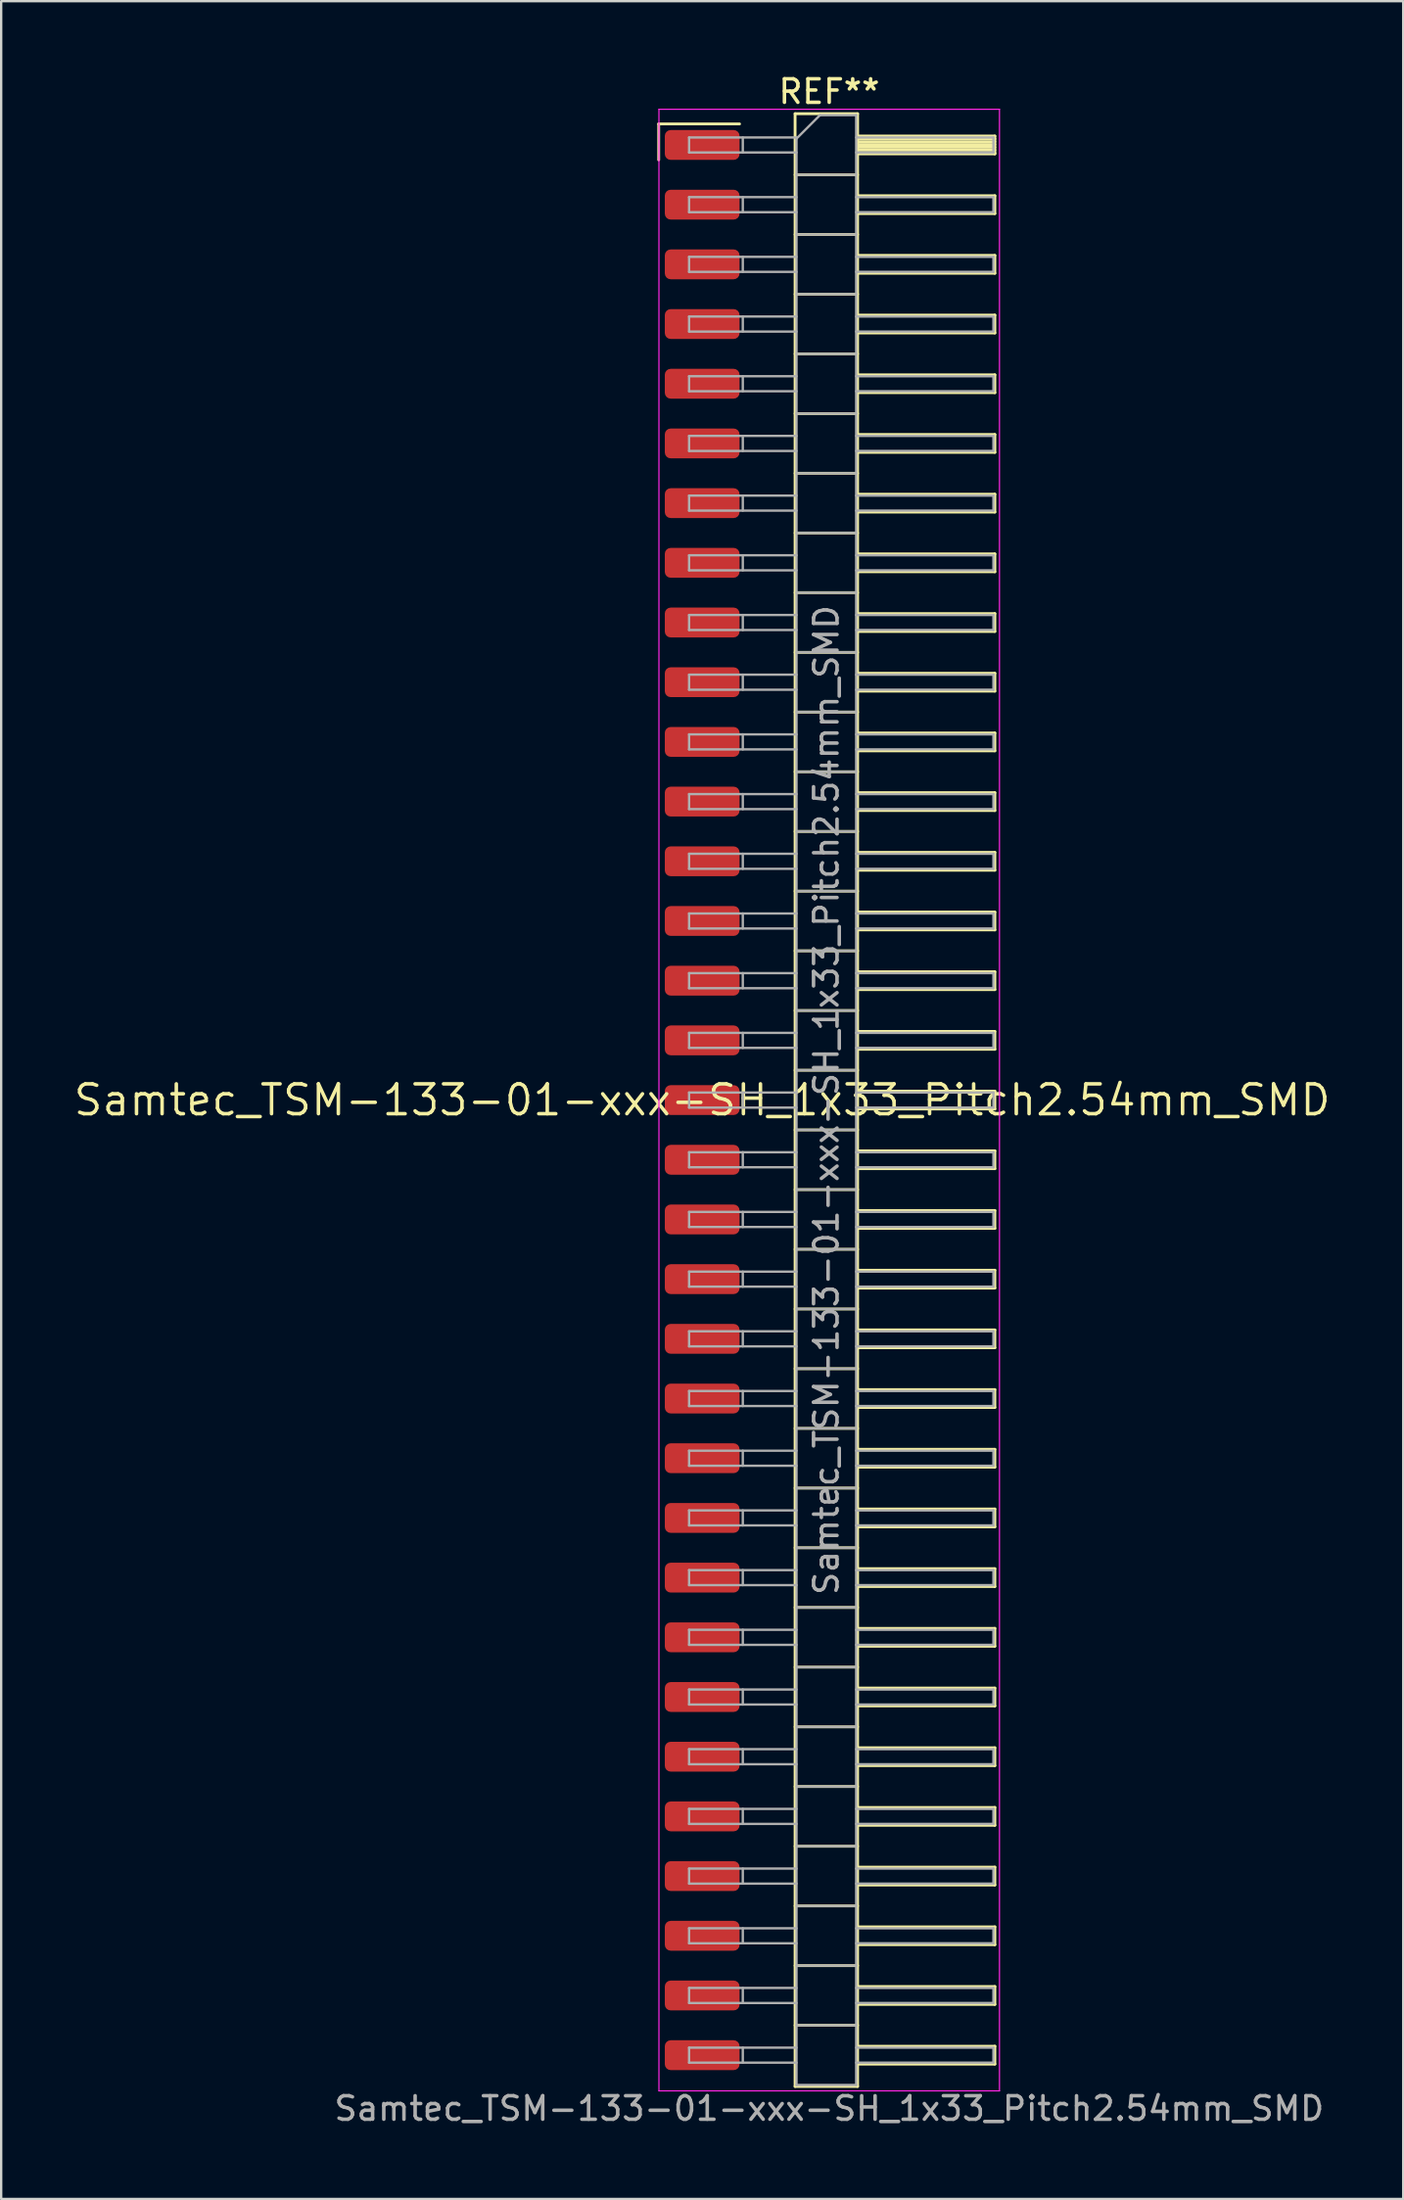
<source format=kicad_pcb>
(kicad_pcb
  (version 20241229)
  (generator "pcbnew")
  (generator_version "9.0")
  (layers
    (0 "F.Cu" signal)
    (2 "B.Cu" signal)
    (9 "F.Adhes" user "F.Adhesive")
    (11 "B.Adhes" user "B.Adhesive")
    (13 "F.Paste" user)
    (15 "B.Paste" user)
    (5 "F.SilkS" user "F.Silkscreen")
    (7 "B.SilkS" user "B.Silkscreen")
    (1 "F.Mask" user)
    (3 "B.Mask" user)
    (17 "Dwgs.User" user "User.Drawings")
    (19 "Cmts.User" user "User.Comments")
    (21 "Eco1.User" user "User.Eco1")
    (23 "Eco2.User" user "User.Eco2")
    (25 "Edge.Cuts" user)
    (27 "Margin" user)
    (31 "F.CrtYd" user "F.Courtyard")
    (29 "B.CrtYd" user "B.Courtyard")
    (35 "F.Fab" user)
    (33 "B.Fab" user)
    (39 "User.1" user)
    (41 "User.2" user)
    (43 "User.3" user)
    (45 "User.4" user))
  (footprint "Samtec_TSM-133-01-xxx-SH_1x33_Pitch2.54mm_SMD"
    (layer "F.Cu")
    (at 26.828 43.758)
    (property "Reference" "Samtec_TSM-133-01-xxx-SH_1x33_Pitch2.54mm_SMD" (at 0 0 0) (layer "F.SilkS") (effects (font (size 1.27 1.27) (thickness 0.15))))
    (attr smd)
    (fp_line (start -1.85 -41.535) (end 1.59 -41.535) (stroke (width 0.12) (type solid)) (layer "F.SilkS"))
    (fp_line (start -1.85 -40.005) (end -1.85 -41.535) (stroke (width 0.12) (type solid)) (layer "F.SilkS"))
    (fp_line (start 3.953 -41.97) (end 6.613 -41.97) (stroke (width 0.12) (type solid)) (layer "F.SilkS"))
    (fp_line (start 3.953 -39.37) (end 6.613 -39.37) (stroke (width 0.12) (type solid)) (layer "F.SilkS"))
    (fp_line (start 3.953 -36.83) (end 6.613 -36.83) (stroke (width 0.12) (type solid)) (layer "F.SilkS"))
    (fp_line (start 3.953 -34.29) (end 6.613 -34.29) (stroke (width 0.12) (type solid)) (layer "F.SilkS"))
    (fp_line (start 3.953 -31.75) (end 6.613 -31.75) (stroke (width 0.12) (type solid)) (layer "F.SilkS"))
    (fp_line (start 3.953 -29.21) (end 6.613 -29.21) (stroke (width 0.12) (type solid)) (layer "F.SilkS"))
    (fp_line (start 3.953 -26.67) (end 6.613 -26.67) (stroke (width 0.12) (type solid)) (layer "F.SilkS"))
    (fp_line (start 3.953 -24.13) (end 6.613 -24.13) (stroke (width 0.12) (type solid)) (layer "F.SilkS"))
    (fp_line (start 3.953 -21.59) (end 6.613 -21.59) (stroke (width 0.12) (type solid)) (layer "F.SilkS"))
    (fp_line (start 3.953 -19.05) (end 6.613 -19.05) (stroke (width 0.12) (type solid)) (layer "F.SilkS"))
    (fp_line (start 3.953 -16.51) (end 6.613 -16.51) (stroke (width 0.12) (type solid)) (layer "F.SilkS"))
    (fp_line (start 3.953 -13.97) (end 6.613 -13.97) (stroke (width 0.12) (type solid)) (layer "F.SilkS"))
    (fp_line (start 3.953 -11.43) (end 6.613 -11.43) (stroke (width 0.12) (type solid)) (layer "F.SilkS"))
    (fp_line (start 3.953 -8.89) (end 6.613 -8.89) (stroke (width 0.12) (type solid)) (layer "F.SilkS"))
    (fp_line (start 3.953 -6.35) (end 6.613 -6.35) (stroke (width 0.12) (type solid)) (layer "F.SilkS"))
    (fp_line (start 3.953 -3.81) (end 6.613 -3.81) (stroke (width 0.12) (type solid)) (layer "F.SilkS"))
    (fp_line (start 3.953 -1.27) (end 6.613 -1.27) (stroke (width 0.12) (type solid)) (layer "F.SilkS"))
    (fp_line (start 3.953 1.27) (end 6.613 1.27) (stroke (width 0.12) (type solid)) (layer "F.SilkS"))
    (fp_line (start 3.953 3.81) (end 6.613 3.81) (stroke (width 0.12) (type solid)) (layer "F.SilkS"))
    (fp_line (start 3.953 6.35) (end 6.613 6.35) (stroke (width 0.12) (type solid)) (layer "F.SilkS"))
    (fp_line (start 3.953 8.89) (end 6.613 8.89) (stroke (width 0.12) (type solid)) (layer "F.SilkS"))
    (fp_line (start 3.953 11.43) (end 6.613 11.43) (stroke (width 0.12) (type solid)) (layer "F.SilkS"))
    (fp_line (start 3.953 13.97) (end 6.613 13.97) (stroke (width 0.12) (type solid)) (layer "F.SilkS"))
    (fp_line (start 3.953 16.51) (end 6.613 16.51) (stroke (width 0.12) (type solid)) (layer "F.SilkS"))
    (fp_line (start 3.953 19.05) (end 6.613 19.05) (stroke (width 0.12) (type solid)) (layer "F.SilkS"))
    (fp_line (start 3.953 21.59) (end 6.613 21.59) (stroke (width 0.12) (type solid)) (layer "F.SilkS"))
    (fp_line (start 3.953 24.13) (end 6.613 24.13) (stroke (width 0.12) (type solid)) (layer "F.SilkS"))
    (fp_line (start 3.953 26.67) (end 6.613 26.67) (stroke (width 0.12) (type solid)) (layer "F.SilkS"))
    (fp_line (start 3.953 29.21) (end 6.613 29.21) (stroke (width 0.12) (type solid)) (layer "F.SilkS"))
    (fp_line (start 3.953 31.75) (end 6.613 31.75) (stroke (width 0.12) (type solid)) (layer "F.SilkS"))
    (fp_line (start 3.953 34.29) (end 6.613 34.29) (stroke (width 0.12) (type solid)) (layer "F.SilkS"))
    (fp_line (start 3.953 36.83) (end 6.613 36.83) (stroke (width 0.12) (type solid)) (layer "F.SilkS"))
    (fp_line (start 3.953 39.37) (end 6.613 39.37) (stroke (width 0.12) (type solid)) (layer "F.SilkS"))
    (fp_line (start 3.953 41.97) (end 3.953 -41.97) (stroke (width 0.12) (type solid)) (layer "F.SilkS"))
    (fp_line (start 6.613 -41.97) (end 6.613 41.97) (stroke (width 0.12) (type solid)) (layer "F.SilkS"))
    (fp_line (start 6.613 -41.02) (end 12.453 -41.02) (stroke (width 0.12) (type solid)) (layer "F.SilkS"))
    (fp_line (start 6.613 -40.9) (end 12.453 -40.9) (stroke (width 0.12) (type solid)) (layer "F.SilkS"))
    (fp_line (start 6.613 -40.78) (end 12.453 -40.78) (stroke (width 0.12) (type solid)) (layer "F.SilkS"))
    (fp_line (start 6.613 -40.66) (end 12.453 -40.66) (stroke (width 0.12) (type solid)) (layer "F.SilkS"))
    (fp_line (start 6.613 -40.54) (end 12.453 -40.54) (stroke (width 0.12) (type solid)) (layer "F.SilkS"))
    (fp_line (start 6.613 -40.42) (end 12.453 -40.42) (stroke (width 0.12) (type solid)) (layer "F.SilkS"))
    (fp_line (start 6.613 -40.3) (end 12.453 -40.3) (stroke (width 0.12) (type solid)) (layer "F.SilkS"))
    (fp_line (start 6.613 -40.26) (end 12.453 -40.26) (stroke (width 0.12) (type solid)) (layer "F.SilkS"))
    (fp_line (start 6.613 -38.48) (end 12.453 -38.48) (stroke (width 0.12) (type solid)) (layer "F.SilkS"))
    (fp_line (start 6.613 -37.72) (end 12.453 -37.72) (stroke (width 0.12) (type solid)) (layer "F.SilkS"))
    (fp_line (start 6.613 -35.94) (end 12.453 -35.94) (stroke (width 0.12) (type solid)) (layer "F.SilkS"))
    (fp_line (start 6.613 -35.18) (end 12.453 -35.18) (stroke (width 0.12) (type solid)) (layer "F.SilkS"))
    (fp_line (start 6.613 -33.4) (end 12.453 -33.4) (stroke (width 0.12) (type solid)) (layer "F.SilkS"))
    (fp_line (start 6.613 -32.64) (end 12.453 -32.64) (stroke (width 0.12) (type solid)) (layer "F.SilkS"))
    (fp_line (start 6.613 -30.86) (end 12.453 -30.86) (stroke (width 0.12) (type solid)) (layer "F.SilkS"))
    (fp_line (start 6.613 -30.1) (end 12.453 -30.1) (stroke (width 0.12) (type solid)) (layer "F.SilkS"))
    (fp_line (start 6.613 -28.32) (end 12.453 -28.32) (stroke (width 0.12) (type solid)) (layer "F.SilkS"))
    (fp_line (start 6.613 -27.56) (end 12.453 -27.56) (stroke (width 0.12) (type solid)) (layer "F.SilkS"))
    (fp_line (start 6.613 -25.78) (end 12.453 -25.78) (stroke (width 0.12) (type solid)) (layer "F.SilkS"))
    (fp_line (start 6.613 -25.02) (end 12.453 -25.02) (stroke (width 0.12) (type solid)) (layer "F.SilkS"))
    (fp_line (start 6.613 -23.24) (end 12.453 -23.24) (stroke (width 0.12) (type solid)) (layer "F.SilkS"))
    (fp_line (start 6.613 -22.48) (end 12.453 -22.48) (stroke (width 0.12) (type solid)) (layer "F.SilkS"))
    (fp_line (start 6.613 -20.7) (end 12.453 -20.7) (stroke (width 0.12) (type solid)) (layer "F.SilkS"))
    (fp_line (start 6.613 -19.94) (end 12.453 -19.94) (stroke (width 0.12) (type solid)) (layer "F.SilkS"))
    (fp_line (start 6.613 -18.16) (end 12.453 -18.16) (stroke (width 0.12) (type solid)) (layer "F.SilkS"))
    (fp_line (start 6.613 -17.4) (end 12.453 -17.4) (stroke (width 0.12) (type solid)) (layer "F.SilkS"))
    (fp_line (start 6.613 -15.62) (end 12.453 -15.62) (stroke (width 0.12) (type solid)) (layer "F.SilkS"))
    (fp_line (start 6.613 -14.86) (end 12.453 -14.86) (stroke (width 0.12) (type solid)) (layer "F.SilkS"))
    (fp_line (start 6.613 -13.08) (end 12.453 -13.08) (stroke (width 0.12) (type solid)) (layer "F.SilkS"))
    (fp_line (start 6.613 -12.32) (end 12.453 -12.32) (stroke (width 0.12) (type solid)) (layer "F.SilkS"))
    (fp_line (start 6.613 -10.54) (end 12.453 -10.54) (stroke (width 0.12) (type solid)) (layer "F.SilkS"))
    (fp_line (start 6.613 -9.78) (end 12.453 -9.78) (stroke (width 0.12) (type solid)) (layer "F.SilkS"))
    (fp_line (start 6.613 -8) (end 12.453 -8) (stroke (width 0.12) (type solid)) (layer "F.SilkS"))
    (fp_line (start 6.613 -7.24) (end 12.453 -7.24) (stroke (width 0.12) (type solid)) (layer "F.SilkS"))
    (fp_line (start 6.613 -5.46) (end 12.453 -5.46) (stroke (width 0.12) (type solid)) (layer "F.SilkS"))
    (fp_line (start 6.613 -4.7) (end 12.453 -4.7) (stroke (width 0.12) (type solid)) (layer "F.SilkS"))
    (fp_line (start 6.613 -2.92) (end 12.453 -2.92) (stroke (width 0.12) (type solid)) (layer "F.SilkS"))
    (fp_line (start 6.613 -2.16) (end 12.453 -2.16) (stroke (width 0.12) (type solid)) (layer "F.SilkS"))
    (fp_line (start 6.613 -0.38) (end 12.453 -0.38) (stroke (width 0.12) (type solid)) (layer "F.SilkS"))
    (fp_line (start 6.613 0.38) (end 12.453 0.38) (stroke (width 0.12) (type solid)) (layer "F.SilkS"))
    (fp_line (start 6.613 2.16) (end 12.453 2.16) (stroke (width 0.12) (type solid)) (layer "F.SilkS"))
    (fp_line (start 6.613 2.92) (end 12.453 2.92) (stroke (width 0.12) (type solid)) (layer "F.SilkS"))
    (fp_line (start 6.613 4.7) (end 12.453 4.7) (stroke (width 0.12) (type solid)) (layer "F.SilkS"))
    (fp_line (start 6.613 5.46) (end 12.453 5.46) (stroke (width 0.12) (type solid)) (layer "F.SilkS"))
    (fp_line (start 6.613 7.24) (end 12.453 7.24) (stroke (width 0.12) (type solid)) (layer "F.SilkS"))
    (fp_line (start 6.613 8) (end 12.453 8) (stroke (width 0.12) (type solid)) (layer "F.SilkS"))
    (fp_line (start 6.613 9.78) (end 12.453 9.78) (stroke (width 0.12) (type solid)) (layer "F.SilkS"))
    (fp_line (start 6.613 10.54) (end 12.453 10.54) (stroke (width 0.12) (type solid)) (layer "F.SilkS"))
    (fp_line (start 6.613 12.32) (end 12.453 12.32) (stroke (width 0.12) (type solid)) (layer "F.SilkS"))
    (fp_line (start 6.613 13.08) (end 12.453 13.08) (stroke (width 0.12) (type solid)) (layer "F.SilkS"))
    (fp_line (start 6.613 14.86) (end 12.453 14.86) (stroke (width 0.12) (type solid)) (layer "F.SilkS"))
    (fp_line (start 6.613 15.62) (end 12.453 15.62) (stroke (width 0.12) (type solid)) (layer "F.SilkS"))
    (fp_line (start 6.613 17.4) (end 12.453 17.4) (stroke (width 0.12) (type solid)) (layer "F.SilkS"))
    (fp_line (start 6.613 18.16) (end 12.453 18.16) (stroke (width 0.12) (type solid)) (layer "F.SilkS"))
    (fp_line (start 6.613 19.94) (end 12.453 19.94) (stroke (width 0.12) (type solid)) (layer "F.SilkS"))
    (fp_line (start 6.613 20.7) (end 12.453 20.7) (stroke (width 0.12) (type solid)) (layer "F.SilkS"))
    (fp_line (start 6.613 22.48) (end 12.453 22.48) (stroke (width 0.12) (type solid)) (layer "F.SilkS"))
    (fp_line (start 6.613 23.24) (end 12.453 23.24) (stroke (width 0.12) (type solid)) (layer "F.SilkS"))
    (fp_line (start 6.613 25.02) (end 12.453 25.02) (stroke (width 0.12) (type solid)) (layer "F.SilkS"))
    (fp_line (start 6.613 25.78) (end 12.453 25.78) (stroke (width 0.12) (type solid)) (layer "F.SilkS"))
    (fp_line (start 6.613 27.56) (end 12.453 27.56) (stroke (width 0.12) (type solid)) (layer "F.SilkS"))
    (fp_line (start 6.613 28.32) (end 12.453 28.32) (stroke (width 0.12) (type solid)) (layer "F.SilkS"))
    (fp_line (start 6.613 30.1) (end 12.453 30.1) (stroke (width 0.12) (type solid)) (layer "F.SilkS"))
    (fp_line (start 6.613 30.86) (end 12.453 30.86) (stroke (width 0.12) (type solid)) (layer "F.SilkS"))
    (fp_line (start 6.613 32.64) (end 12.453 32.64) (stroke (width 0.12) (type solid)) (layer "F.SilkS"))
    (fp_line (start 6.613 33.4) (end 12.453 33.4) (stroke (width 0.12) (type solid)) (layer "F.SilkS"))
    (fp_line (start 6.613 35.18) (end 12.453 35.18) (stroke (width 0.12) (type solid)) (layer "F.SilkS"))
    (fp_line (start 6.613 35.94) (end 12.453 35.94) (stroke (width 0.12) (type solid)) (layer "F.SilkS"))
    (fp_line (start 6.613 37.72) (end 12.453 37.72) (stroke (width 0.12) (type solid)) (layer "F.SilkS"))
    (fp_line (start 6.613 38.48) (end 12.453 38.48) (stroke (width 0.12) (type solid)) (layer "F.SilkS"))
    (fp_line (start 6.613 40.26) (end 12.453 40.26) (stroke (width 0.12) (type solid)) (layer "F.SilkS"))
    (fp_line (start 6.613 41.02) (end 12.453 41.02) (stroke (width 0.12) (type solid)) (layer "F.SilkS"))
    (fp_line (start 6.613 41.97) (end 3.953 41.97) (stroke (width 0.12) (type solid)) (layer "F.SilkS"))
    (fp_line (start 12.453 -41.02) (end 12.453 -40.26) (stroke (width 0.12) (type solid)) (layer "F.SilkS"))
    (fp_line (start 12.453 -38.48) (end 12.453 -37.72) (stroke (width 0.12) (type solid)) (layer "F.SilkS"))
    (fp_line (start 12.453 -35.94) (end 12.453 -35.18) (stroke (width 0.12) (type solid)) (layer "F.SilkS"))
    (fp_line (start 12.453 -33.4) (end 12.453 -32.64) (stroke (width 0.12) (type solid)) (layer "F.SilkS"))
    (fp_line (start 12.453 -30.86) (end 12.453 -30.1) (stroke (width 0.12) (type solid)) (layer "F.SilkS"))
    (fp_line (start 12.453 -28.32) (end 12.453 -27.56) (stroke (width 0.12) (type solid)) (layer "F.SilkS"))
    (fp_line (start 12.453 -25.78) (end 12.453 -25.02) (stroke (width 0.12) (type solid)) (layer "F.SilkS"))
    (fp_line (start 12.453 -23.24) (end 12.453 -22.48) (stroke (width 0.12) (type solid)) (layer "F.SilkS"))
    (fp_line (start 12.453 -20.7) (end 12.453 -19.94) (stroke (width 0.12) (type solid)) (layer "F.SilkS"))
    (fp_line (start 12.453 -18.16) (end 12.453 -17.4) (stroke (width 0.12) (type solid)) (layer "F.SilkS"))
    (fp_line (start 12.453 -15.62) (end 12.453 -14.86) (stroke (width 0.12) (type solid)) (layer "F.SilkS"))
    (fp_line (start 12.453 -13.08) (end 12.453 -12.32) (stroke (width 0.12) (type solid)) (layer "F.SilkS"))
    (fp_line (start 12.453 -10.54) (end 12.453 -9.78) (stroke (width 0.12) (type solid)) (layer "F.SilkS"))
    (fp_line (start 12.453 -8) (end 12.453 -7.24) (stroke (width 0.12) (type solid)) (layer "F.SilkS"))
    (fp_line (start 12.453 -5.46) (end 12.453 -4.7) (stroke (width 0.12) (type solid)) (layer "F.SilkS"))
    (fp_line (start 12.453 -2.92) (end 12.453 -2.16) (stroke (width 0.12) (type solid)) (layer "F.SilkS"))
    (fp_line (start 12.453 -0.38) (end 12.453 0.38) (stroke (width 0.12) (type solid)) (layer "F.SilkS"))
    (fp_line (start 12.453 2.16) (end 12.453 2.92) (stroke (width 0.12) (type solid)) (layer "F.SilkS"))
    (fp_line (start 12.453 4.7) (end 12.453 5.46) (stroke (width 0.12) (type solid)) (layer "F.SilkS"))
    (fp_line (start 12.453 7.24) (end 12.453 8) (stroke (width 0.12) (type solid)) (layer "F.SilkS"))
    (fp_line (start 12.453 9.78) (end 12.453 10.54) (stroke (width 0.12) (type solid)) (layer "F.SilkS"))
    (fp_line (start 12.453 12.32) (end 12.453 13.08) (stroke (width 0.12) (type solid)) (layer "F.SilkS"))
    (fp_line (start 12.453 14.86) (end 12.453 15.62) (stroke (width 0.12) (type solid)) (layer "F.SilkS"))
    (fp_line (start 12.453 17.4) (end 12.453 18.16) (stroke (width 0.12) (type solid)) (layer "F.SilkS"))
    (fp_line (start 12.453 19.94) (end 12.453 20.7) (stroke (width 0.12) (type solid)) (layer "F.SilkS"))
    (fp_line (start 12.453 22.48) (end 12.453 23.24) (stroke (width 0.12) (type solid)) (layer "F.SilkS"))
    (fp_line (start 12.453 25.02) (end 12.453 25.78) (stroke (width 0.12) (type solid)) (layer "F.SilkS"))
    (fp_line (start 12.453 27.56) (end 12.453 28.32) (stroke (width 0.12) (type solid)) (layer "F.SilkS"))
    (fp_line (start 12.453 30.1) (end 12.453 30.86) (stroke (width 0.12) (type solid)) (layer "F.SilkS"))
    (fp_line (start 12.453 32.64) (end 12.453 33.4) (stroke (width 0.12) (type solid)) (layer "F.SilkS"))
    (fp_line (start 12.453 35.18) (end 12.453 35.94) (stroke (width 0.12) (type solid)) (layer "F.SilkS"))
    (fp_line (start 12.453 37.72) (end 12.453 38.48) (stroke (width 0.12) (type solid)) (layer "F.SilkS"))
    (fp_line (start 12.453 40.26) (end 12.453 41.02) (stroke (width 0.12) (type solid)) (layer "F.SilkS"))
    (fp_line (start -1.84 -42.16) (end 12.65 -42.16) (stroke (width 0.05) (type solid)) (layer "F.CrtYd"))
    (fp_line (start -1.84 42.16) (end -1.84 -42.16) (stroke (width 0.05) (type solid)) (layer "F.CrtYd"))
    (fp_line (start 12.65 -42.16) (end 12.65 42.16) (stroke (width 0.05) (type solid)) (layer "F.CrtYd"))
    (fp_line (start 12.65 42.16) (end -1.84 42.16) (stroke (width 0.05) (type solid)) (layer "F.CrtYd"))
    (fp_line (start -0.557 -40.96) (end -0.557 -40.32) (stroke (width 0.1) (type solid)) (layer "F.Fab"))
    (fp_line (start -0.557 -40.96) (end 4.013 -40.96) (stroke (width 0.1) (type solid)) (layer "F.Fab"))
    (fp_line (start -0.557 -40.32) (end 4.013 -40.32) (stroke (width 0.1) (type solid)) (layer "F.Fab"))
    (fp_line (start -0.557 -38.42) (end -0.557 -37.78) (stroke (width 0.1) (type solid)) (layer "F.Fab"))
    (fp_line (start -0.557 -38.42) (end 4.013 -38.42) (stroke (width 0.1) (type solid)) (layer "F.Fab"))
    (fp_line (start -0.557 -37.78) (end 4.013 -37.78) (stroke (width 0.1) (type solid)) (layer "F.Fab"))
    (fp_line (start -0.557 -35.88) (end -0.557 -35.24) (stroke (width 0.1) (type solid)) (layer "F.Fab"))
    (fp_line (start -0.557 -35.88) (end 4.013 -35.88) (stroke (width 0.1) (type solid)) (layer "F.Fab"))
    (fp_line (start -0.557 -35.24) (end 4.013 -35.24) (stroke (width 0.1) (type solid)) (layer "F.Fab"))
    (fp_line (start -0.557 -33.34) (end -0.557 -32.7) (stroke (width 0.1) (type solid)) (layer "F.Fab"))
    (fp_line (start -0.557 -33.34) (end 4.013 -33.34) (stroke (width 0.1) (type solid)) (layer "F.Fab"))
    (fp_line (start -0.557 -32.7) (end 4.013 -32.7) (stroke (width 0.1) (type solid)) (layer "F.Fab"))
    (fp_line (start -0.557 -30.8) (end -0.557 -30.16) (stroke (width 0.1) (type solid)) (layer "F.Fab"))
    (fp_line (start -0.557 -30.8) (end 4.013 -30.8) (stroke (width 0.1) (type solid)) (layer "F.Fab"))
    (fp_line (start -0.557 -30.16) (end 4.013 -30.16) (stroke (width 0.1) (type solid)) (layer "F.Fab"))
    (fp_line (start -0.557 -28.26) (end -0.557 -27.62) (stroke (width 0.1) (type solid)) (layer "F.Fab"))
    (fp_line (start -0.557 -28.26) (end 4.013 -28.26) (stroke (width 0.1) (type solid)) (layer "F.Fab"))
    (fp_line (start -0.557 -27.62) (end 4.013 -27.62) (stroke (width 0.1) (type solid)) (layer "F.Fab"))
    (fp_line (start -0.557 -25.72) (end -0.557 -25.08) (stroke (width 0.1) (type solid)) (layer "F.Fab"))
    (fp_line (start -0.557 -25.72) (end 4.013 -25.72) (stroke (width 0.1) (type solid)) (layer "F.Fab"))
    (fp_line (start -0.557 -25.08) (end 4.013 -25.08) (stroke (width 0.1) (type solid)) (layer "F.Fab"))
    (fp_line (start -0.557 -23.18) (end -0.557 -22.54) (stroke (width 0.1) (type solid)) (layer "F.Fab"))
    (fp_line (start -0.557 -23.18) (end 4.013 -23.18) (stroke (width 0.1) (type solid)) (layer "F.Fab"))
    (fp_line (start -0.557 -22.54) (end 4.013 -22.54) (stroke (width 0.1) (type solid)) (layer "F.Fab"))
    (fp_line (start -0.557 -20.64) (end -0.557 -20) (stroke (width 0.1) (type solid)) (layer "F.Fab"))
    (fp_line (start -0.557 -20.64) (end 4.013 -20.64) (stroke (width 0.1) (type solid)) (layer "F.Fab"))
    (fp_line (start -0.557 -20) (end 4.013 -20) (stroke (width 0.1) (type solid)) (layer "F.Fab"))
    (fp_line (start -0.557 -18.1) (end -0.557 -17.46) (stroke (width 0.1) (type solid)) (layer "F.Fab"))
    (fp_line (start -0.557 -18.1) (end 4.013 -18.1) (stroke (width 0.1) (type solid)) (layer "F.Fab"))
    (fp_line (start -0.557 -17.46) (end 4.013 -17.46) (stroke (width 0.1) (type solid)) (layer "F.Fab"))
    (fp_line (start -0.557 -15.56) (end -0.557 -14.92) (stroke (width 0.1) (type solid)) (layer "F.Fab"))
    (fp_line (start -0.557 -15.56) (end 4.013 -15.56) (stroke (width 0.1) (type solid)) (layer "F.Fab"))
    (fp_line (start -0.557 -14.92) (end 4.013 -14.92) (stroke (width 0.1) (type solid)) (layer "F.Fab"))
    (fp_line (start -0.557 -13.02) (end -0.557 -12.38) (stroke (width 0.1) (type solid)) (layer "F.Fab"))
    (fp_line (start -0.557 -13.02) (end 4.013 -13.02) (stroke (width 0.1) (type solid)) (layer "F.Fab"))
    (fp_line (start -0.557 -12.38) (end 4.013 -12.38) (stroke (width 0.1) (type solid)) (layer "F.Fab"))
    (fp_line (start -0.557 -10.48) (end -0.557 -9.84) (stroke (width 0.1) (type solid)) (layer "F.Fab"))
    (fp_line (start -0.557 -10.48) (end 4.013 -10.48) (stroke (width 0.1) (type solid)) (layer "F.Fab"))
    (fp_line (start -0.557 -9.84) (end 4.013 -9.84) (stroke (width 0.1) (type solid)) (layer "F.Fab"))
    (fp_line (start -0.557 -7.94) (end -0.557 -7.3) (stroke (width 0.1) (type solid)) (layer "F.Fab"))
    (fp_line (start -0.557 -7.94) (end 4.013 -7.94) (stroke (width 0.1) (type solid)) (layer "F.Fab"))
    (fp_line (start -0.557 -7.3) (end 4.013 -7.3) (stroke (width 0.1) (type solid)) (layer "F.Fab"))
    (fp_line (start -0.557 -5.4) (end -0.557 -4.76) (stroke (width 0.1) (type solid)) (layer "F.Fab"))
    (fp_line (start -0.557 -5.4) (end 4.013 -5.4) (stroke (width 0.1) (type solid)) (layer "F.Fab"))
    (fp_line (start -0.557 -4.76) (end 4.013 -4.76) (stroke (width 0.1) (type solid)) (layer "F.Fab"))
    (fp_line (start -0.557 -2.86) (end -0.557 -2.22) (stroke (width 0.1) (type solid)) (layer "F.Fab"))
    (fp_line (start -0.557 -2.86) (end 4.013 -2.86) (stroke (width 0.1) (type solid)) (layer "F.Fab"))
    (fp_line (start -0.557 -2.22) (end 4.013 -2.22) (stroke (width 0.1) (type solid)) (layer "F.Fab"))
    (fp_line (start -0.557 -0.32) (end -0.557 0.32) (stroke (width 0.1) (type solid)) (layer "F.Fab"))
    (fp_line (start -0.557 -0.32) (end 4.013 -0.32) (stroke (width 0.1) (type solid)) (layer "F.Fab"))
    (fp_line (start -0.557 0.32) (end 4.013 0.32) (stroke (width 0.1) (type solid)) (layer "F.Fab"))
    (fp_line (start -0.557 2.22) (end -0.557 2.86) (stroke (width 0.1) (type solid)) (layer "F.Fab"))
    (fp_line (start -0.557 2.22) (end 4.013 2.22) (stroke (width 0.1) (type solid)) (layer "F.Fab"))
    (fp_line (start -0.557 2.86) (end 4.013 2.86) (stroke (width 0.1) (type solid)) (layer "F.Fab"))
    (fp_line (start -0.557 4.76) (end -0.557 5.4) (stroke (width 0.1) (type solid)) (layer "F.Fab"))
    (fp_line (start -0.557 4.76) (end 4.013 4.76) (stroke (width 0.1) (type solid)) (layer "F.Fab"))
    (fp_line (start -0.557 5.4) (end 4.013 5.4) (stroke (width 0.1) (type solid)) (layer "F.Fab"))
    (fp_line (start -0.557 7.3) (end -0.557 7.94) (stroke (width 0.1) (type solid)) (layer "F.Fab"))
    (fp_line (start -0.557 7.3) (end 4.013 7.3) (stroke (width 0.1) (type solid)) (layer "F.Fab"))
    (fp_line (start -0.557 7.94) (end 4.013 7.94) (stroke (width 0.1) (type solid)) (layer "F.Fab"))
    (fp_line (start -0.557 9.84) (end -0.557 10.48) (stroke (width 0.1) (type solid)) (layer "F.Fab"))
    (fp_line (start -0.557 9.84) (end 4.013 9.84) (stroke (width 0.1) (type solid)) (layer "F.Fab"))
    (fp_line (start -0.557 10.48) (end 4.013 10.48) (stroke (width 0.1) (type solid)) (layer "F.Fab"))
    (fp_line (start -0.557 12.38) (end -0.557 13.02) (stroke (width 0.1) (type solid)) (layer "F.Fab"))
    (fp_line (start -0.557 12.38) (end 4.013 12.38) (stroke (width 0.1) (type solid)) (layer "F.Fab"))
    (fp_line (start -0.557 13.02) (end 4.013 13.02) (stroke (width 0.1) (type solid)) (layer "F.Fab"))
    (fp_line (start -0.557 14.92) (end -0.557 15.56) (stroke (width 0.1) (type solid)) (layer "F.Fab"))
    (fp_line (start -0.557 14.92) (end 4.013 14.92) (stroke (width 0.1) (type solid)) (layer "F.Fab"))
    (fp_line (start -0.557 15.56) (end 4.013 15.56) (stroke (width 0.1) (type solid)) (layer "F.Fab"))
    (fp_line (start -0.557 17.46) (end -0.557 18.1) (stroke (width 0.1) (type solid)) (layer "F.Fab"))
    (fp_line (start -0.557 17.46) (end 4.013 17.46) (stroke (width 0.1) (type solid)) (layer "F.Fab"))
    (fp_line (start -0.557 18.1) (end 4.013 18.1) (stroke (width 0.1) (type solid)) (layer "F.Fab"))
    (fp_line (start -0.557 20) (end -0.557 20.64) (stroke (width 0.1) (type solid)) (layer "F.Fab"))
    (fp_line (start -0.557 20) (end 4.013 20) (stroke (width 0.1) (type solid)) (layer "F.Fab"))
    (fp_line (start -0.557 20.64) (end 4.013 20.64) (stroke (width 0.1) (type solid)) (layer "F.Fab"))
    (fp_line (start -0.557 22.54) (end -0.557 23.18) (stroke (width 0.1) (type solid)) (layer "F.Fab"))
    (fp_line (start -0.557 22.54) (end 4.013 22.54) (stroke (width 0.1) (type solid)) (layer "F.Fab"))
    (fp_line (start -0.557 23.18) (end 4.013 23.18) (stroke (width 0.1) (type solid)) (layer "F.Fab"))
    (fp_line (start -0.557 25.08) (end -0.557 25.72) (stroke (width 0.1) (type solid)) (layer "F.Fab"))
    (fp_line (start -0.557 25.08) (end 4.013 25.08) (stroke (width 0.1) (type solid)) (layer "F.Fab"))
    (fp_line (start -0.557 25.72) (end 4.013 25.72) (stroke (width 0.1) (type solid)) (layer "F.Fab"))
    (fp_line (start -0.557 27.62) (end -0.557 28.26) (stroke (width 0.1) (type solid)) (layer "F.Fab"))
    (fp_line (start -0.557 27.62) (end 4.013 27.62) (stroke (width 0.1) (type solid)) (layer "F.Fab"))
    (fp_line (start -0.557 28.26) (end 4.013 28.26) (stroke (width 0.1) (type solid)) (layer "F.Fab"))
    (fp_line (start -0.557 30.16) (end -0.557 30.8) (stroke (width 0.1) (type solid)) (layer "F.Fab"))
    (fp_line (start -0.557 30.16) (end 4.013 30.16) (stroke (width 0.1) (type solid)) (layer "F.Fab"))
    (fp_line (start -0.557 30.8) (end 4.013 30.8) (stroke (width 0.1) (type solid)) (layer "F.Fab"))
    (fp_line (start -0.557 32.7) (end -0.557 33.34) (stroke (width 0.1) (type solid)) (layer "F.Fab"))
    (fp_line (start -0.557 32.7) (end 4.013 32.7) (stroke (width 0.1) (type solid)) (layer "F.Fab"))
    (fp_line (start -0.557 33.34) (end 4.013 33.34) (stroke (width 0.1) (type solid)) (layer "F.Fab"))
    (fp_line (start -0.557 35.24) (end -0.557 35.88) (stroke (width 0.1) (type solid)) (layer "F.Fab"))
    (fp_line (start -0.557 35.24) (end 4.013 35.24) (stroke (width 0.1) (type solid)) (layer "F.Fab"))
    (fp_line (start -0.557 35.88) (end 4.013 35.88) (stroke (width 0.1) (type solid)) (layer "F.Fab"))
    (fp_line (start -0.557 37.78) (end -0.557 38.42) (stroke (width 0.1) (type solid)) (layer "F.Fab"))
    (fp_line (start -0.557 37.78) (end 4.013 37.78) (stroke (width 0.1) (type solid)) (layer "F.Fab"))
    (fp_line (start -0.557 38.42) (end 4.013 38.42) (stroke (width 0.1) (type solid)) (layer "F.Fab"))
    (fp_line (start -0.557 40.32) (end -0.557 40.96) (stroke (width 0.1) (type solid)) (layer "F.Fab"))
    (fp_line (start -0.557 40.32) (end 4.013 40.32) (stroke (width 0.1) (type solid)) (layer "F.Fab"))
    (fp_line (start -0.557 40.96) (end 4.013 40.96) (stroke (width 0.1) (type solid)) (layer "F.Fab"))
    (fp_line (start 1.728 -40.96) (end 1.728 -40.32) (stroke (width 0.1) (type solid)) (layer "F.Fab"))
    (fp_line (start 1.728 -38.42) (end 1.728 -37.78) (stroke (width 0.1) (type solid)) (layer "F.Fab"))
    (fp_line (start 1.728 -35.88) (end 1.728 -35.24) (stroke (width 0.1) (type solid)) (layer "F.Fab"))
    (fp_line (start 1.728 -33.34) (end 1.728 -32.7) (stroke (width 0.1) (type solid)) (layer "F.Fab"))
    (fp_line (start 1.728 -30.8) (end 1.728 -30.16) (stroke (width 0.1) (type solid)) (layer "F.Fab"))
    (fp_line (start 1.728 -28.26) (end 1.728 -27.62) (stroke (width 0.1) (type solid)) (layer "F.Fab"))
    (fp_line (start 1.728 -25.72) (end 1.728 -25.08) (stroke (width 0.1) (type solid)) (layer "F.Fab"))
    (fp_line (start 1.728 -23.18) (end 1.728 -22.54) (stroke (width 0.1) (type solid)) (layer "F.Fab"))
    (fp_line (start 1.728 -20.64) (end 1.728 -20) (stroke (width 0.1) (type solid)) (layer "F.Fab"))
    (fp_line (start 1.728 -18.1) (end 1.728 -17.46) (stroke (width 0.1) (type solid)) (layer "F.Fab"))
    (fp_line (start 1.728 -15.56) (end 1.728 -14.92) (stroke (width 0.1) (type solid)) (layer "F.Fab"))
    (fp_line (start 1.728 -13.02) (end 1.728 -12.38) (stroke (width 0.1) (type solid)) (layer "F.Fab"))
    (fp_line (start 1.728 -10.48) (end 1.728 -9.84) (stroke (width 0.1) (type solid)) (layer "F.Fab"))
    (fp_line (start 1.728 -7.94) (end 1.728 -7.3) (stroke (width 0.1) (type solid)) (layer "F.Fab"))
    (fp_line (start 1.728 -5.4) (end 1.728 -4.76) (stroke (width 0.1) (type solid)) (layer "F.Fab"))
    (fp_line (start 1.728 -2.86) (end 1.728 -2.22) (stroke (width 0.1) (type solid)) (layer "F.Fab"))
    (fp_line (start 1.728 -0.32) (end 1.728 0.32) (stroke (width 0.1) (type solid)) (layer "F.Fab"))
    (fp_line (start 1.728 2.22) (end 1.728 2.86) (stroke (width 0.1) (type solid)) (layer "F.Fab"))
    (fp_line (start 1.728 4.76) (end 1.728 5.4) (stroke (width 0.1) (type solid)) (layer "F.Fab"))
    (fp_line (start 1.728 7.3) (end 1.728 7.94) (stroke (width 0.1) (type solid)) (layer "F.Fab"))
    (fp_line (start 1.728 9.84) (end 1.728 10.48) (stroke (width 0.1) (type solid)) (layer "F.Fab"))
    (fp_line (start 1.728 12.38) (end 1.728 13.02) (stroke (width 0.1) (type solid)) (layer "F.Fab"))
    (fp_line (start 1.728 14.92) (end 1.728 15.56) (stroke (width 0.1) (type solid)) (layer "F.Fab"))
    (fp_line (start 1.728 17.46) (end 1.728 18.1) (stroke (width 0.1) (type solid)) (layer "F.Fab"))
    (fp_line (start 1.728 20) (end 1.728 20.64) (stroke (width 0.1) (type solid)) (layer "F.Fab"))
    (fp_line (start 1.728 22.54) (end 1.728 23.18) (stroke (width 0.1) (type solid)) (layer "F.Fab"))
    (fp_line (start 1.728 25.08) (end 1.728 25.72) (stroke (width 0.1) (type solid)) (layer "F.Fab"))
    (fp_line (start 1.728 27.62) (end 1.728 28.26) (stroke (width 0.1) (type solid)) (layer "F.Fab"))
    (fp_line (start 1.728 30.16) (end 1.728 30.8) (stroke (width 0.1) (type solid)) (layer "F.Fab"))
    (fp_line (start 1.728 32.7) (end 1.728 33.34) (stroke (width 0.1) (type solid)) (layer "F.Fab"))
    (fp_line (start 1.728 35.24) (end 1.728 35.88) (stroke (width 0.1) (type solid)) (layer "F.Fab"))
    (fp_line (start 1.728 37.78) (end 1.728 38.42) (stroke (width 0.1) (type solid)) (layer "F.Fab"))
    (fp_line (start 1.728 40.32) (end 1.728 40.96) (stroke (width 0.1) (type solid)) (layer "F.Fab"))
    (fp_line (start 4.013 -40.91) (end 5.013 -41.91) (stroke (width 0.1) (type solid)) (layer "F.Fab"))
    (fp_line (start 4.013 -39.37) (end 6.553 -39.37) (stroke (width 0.1) (type solid)) (layer "F.Fab"))
    (fp_line (start 4.013 -36.83) (end 6.553 -36.83) (stroke (width 0.1) (type solid)) (layer "F.Fab"))
    (fp_line (start 4.013 -34.29) (end 6.553 -34.29) (stroke (width 0.1) (type solid)) (layer "F.Fab"))
    (fp_line (start 4.013 -31.75) (end 6.553 -31.75) (stroke (width 0.1) (type solid)) (layer "F.Fab"))
    (fp_line (start 4.013 -29.21) (end 6.553 -29.21) (stroke (width 0.1) (type solid)) (layer "F.Fab"))
    (fp_line (start 4.013 -26.67) (end 6.553 -26.67) (stroke (width 0.1) (type solid)) (layer "F.Fab"))
    (fp_line (start 4.013 -24.13) (end 6.553 -24.13) (stroke (width 0.1) (type solid)) (layer "F.Fab"))
    (fp_line (start 4.013 -21.59) (end 6.553 -21.59) (stroke (width 0.1) (type solid)) (layer "F.Fab"))
    (fp_line (start 4.013 -19.05) (end 6.553 -19.05) (stroke (width 0.1) (type solid)) (layer "F.Fab"))
    (fp_line (start 4.013 -16.51) (end 6.553 -16.51) (stroke (width 0.1) (type solid)) (layer "F.Fab"))
    (fp_line (start 4.013 -13.97) (end 6.553 -13.97) (stroke (width 0.1) (type solid)) (layer "F.Fab"))
    (fp_line (start 4.013 -11.43) (end 6.553 -11.43) (stroke (width 0.1) (type solid)) (layer "F.Fab"))
    (fp_line (start 4.013 -8.89) (end 6.553 -8.89) (stroke (width 0.1) (type solid)) (layer "F.Fab"))
    (fp_line (start 4.013 -6.35) (end 6.553 -6.35) (stroke (width 0.1) (type solid)) (layer "F.Fab"))
    (fp_line (start 4.013 -3.81) (end 6.553 -3.81) (stroke (width 0.1) (type solid)) (layer "F.Fab"))
    (fp_line (start 4.013 -1.27) (end 6.553 -1.27) (stroke (width 0.1) (type solid)) (layer "F.Fab"))
    (fp_line (start 4.013 1.27) (end 6.553 1.27) (stroke (width 0.1) (type solid)) (layer "F.Fab"))
    (fp_line (start 4.013 3.81) (end 6.553 3.81) (stroke (width 0.1) (type solid)) (layer "F.Fab"))
    (fp_line (start 4.013 6.35) (end 6.553 6.35) (stroke (width 0.1) (type solid)) (layer "F.Fab"))
    (fp_line (start 4.013 8.89) (end 6.553 8.89) (stroke (width 0.1) (type solid)) (layer "F.Fab"))
    (fp_line (start 4.013 11.43) (end 6.553 11.43) (stroke (width 0.1) (type solid)) (layer "F.Fab"))
    (fp_line (start 4.013 13.97) (end 6.553 13.97) (stroke (width 0.1) (type solid)) (layer "F.Fab"))
    (fp_line (start 4.013 16.51) (end 6.553 16.51) (stroke (width 0.1) (type solid)) (layer "F.Fab"))
    (fp_line (start 4.013 19.05) (end 6.553 19.05) (stroke (width 0.1) (type solid)) (layer "F.Fab"))
    (fp_line (start 4.013 21.59) (end 6.553 21.59) (stroke (width 0.1) (type solid)) (layer "F.Fab"))
    (fp_line (start 4.013 24.13) (end 6.553 24.13) (stroke (width 0.1) (type solid)) (layer "F.Fab"))
    (fp_line (start 4.013 26.67) (end 6.553 26.67) (stroke (width 0.1) (type solid)) (layer "F.Fab"))
    (fp_line (start 4.013 29.21) (end 6.553 29.21) (stroke (width 0.1) (type solid)) (layer "F.Fab"))
    (fp_line (start 4.013 31.75) (end 6.553 31.75) (stroke (width 0.1) (type solid)) (layer "F.Fab"))
    (fp_line (start 4.013 34.29) (end 6.553 34.29) (stroke (width 0.1) (type solid)) (layer "F.Fab"))
    (fp_line (start 4.013 36.83) (end 6.553 36.83) (stroke (width 0.1) (type solid)) (layer "F.Fab"))
    (fp_line (start 4.013 39.37) (end 6.553 39.37) (stroke (width 0.1) (type solid)) (layer "F.Fab"))
    (fp_line (start 4.013 41.91) (end 4.013 -40.91) (stroke (width 0.1) (type solid)) (layer "F.Fab"))
    (fp_line (start 5.013 -41.91) (end 6.553 -41.91) (stroke (width 0.1) (type solid)) (layer "F.Fab"))
    (fp_line (start 6.553 -41.91) (end 6.553 41.91) (stroke (width 0.1) (type solid)) (layer "F.Fab"))
    (fp_line (start 6.553 -40.96) (end 12.393 -40.96) (stroke (width 0.1) (type solid)) (layer "F.Fab"))
    (fp_line (start 6.553 -40.32) (end 12.393 -40.32) (stroke (width 0.1) (type solid)) (layer "F.Fab"))
    (fp_line (start 6.553 -38.42) (end 12.393 -38.42) (stroke (width 0.1) (type solid)) (layer "F.Fab"))
    (fp_line (start 6.553 -37.78) (end 12.393 -37.78) (stroke (width 0.1) (type solid)) (layer "F.Fab"))
    (fp_line (start 6.553 -35.88) (end 12.393 -35.88) (stroke (width 0.1) (type solid)) (layer "F.Fab"))
    (fp_line (start 6.553 -35.24) (end 12.393 -35.24) (stroke (width 0.1) (type solid)) (layer "F.Fab"))
    (fp_line (start 6.553 -33.34) (end 12.393 -33.34) (stroke (width 0.1) (type solid)) (layer "F.Fab"))
    (fp_line (start 6.553 -32.7) (end 12.393 -32.7) (stroke (width 0.1) (type solid)) (layer "F.Fab"))
    (fp_line (start 6.553 -30.8) (end 12.393 -30.8) (stroke (width 0.1) (type solid)) (layer "F.Fab"))
    (fp_line (start 6.553 -30.16) (end 12.393 -30.16) (stroke (width 0.1) (type solid)) (layer "F.Fab"))
    (fp_line (start 6.553 -28.26) (end 12.393 -28.26) (stroke (width 0.1) (type solid)) (layer "F.Fab"))
    (fp_line (start 6.553 -27.62) (end 12.393 -27.62) (stroke (width 0.1) (type solid)) (layer "F.Fab"))
    (fp_line (start 6.553 -25.72) (end 12.393 -25.72) (stroke (width 0.1) (type solid)) (layer "F.Fab"))
    (fp_line (start 6.553 -25.08) (end 12.393 -25.08) (stroke (width 0.1) (type solid)) (layer "F.Fab"))
    (fp_line (start 6.553 -23.18) (end 12.393 -23.18) (stroke (width 0.1) (type solid)) (layer "F.Fab"))
    (fp_line (start 6.553 -22.54) (end 12.393 -22.54) (stroke (width 0.1) (type solid)) (layer "F.Fab"))
    (fp_line (start 6.553 -20.64) (end 12.393 -20.64) (stroke (width 0.1) (type solid)) (layer "F.Fab"))
    (fp_line (start 6.553 -20) (end 12.393 -20) (stroke (width 0.1) (type solid)) (layer "F.Fab"))
    (fp_line (start 6.553 -18.1) (end 12.393 -18.1) (stroke (width 0.1) (type solid)) (layer "F.Fab"))
    (fp_line (start 6.553 -17.46) (end 12.393 -17.46) (stroke (width 0.1) (type solid)) (layer "F.Fab"))
    (fp_line (start 6.553 -15.56) (end 12.393 -15.56) (stroke (width 0.1) (type solid)) (layer "F.Fab"))
    (fp_line (start 6.553 -14.92) (end 12.393 -14.92) (stroke (width 0.1) (type solid)) (layer "F.Fab"))
    (fp_line (start 6.553 -13.02) (end 12.393 -13.02) (stroke (width 0.1) (type solid)) (layer "F.Fab"))
    (fp_line (start 6.553 -12.38) (end 12.393 -12.38) (stroke (width 0.1) (type solid)) (layer "F.Fab"))
    (fp_line (start 6.553 -10.48) (end 12.393 -10.48) (stroke (width 0.1) (type solid)) (layer "F.Fab"))
    (fp_line (start 6.553 -9.84) (end 12.393 -9.84) (stroke (width 0.1) (type solid)) (layer "F.Fab"))
    (fp_line (start 6.553 -7.94) (end 12.393 -7.94) (stroke (width 0.1) (type solid)) (layer "F.Fab"))
    (fp_line (start 6.553 -7.3) (end 12.393 -7.3) (stroke (width 0.1) (type solid)) (layer "F.Fab"))
    (fp_line (start 6.553 -5.4) (end 12.393 -5.4) (stroke (width 0.1) (type solid)) (layer "F.Fab"))
    (fp_line (start 6.553 -4.76) (end 12.393 -4.76) (stroke (width 0.1) (type solid)) (layer "F.Fab"))
    (fp_line (start 6.553 -2.86) (end 12.393 -2.86) (stroke (width 0.1) (type solid)) (layer "F.Fab"))
    (fp_line (start 6.553 -2.22) (end 12.393 -2.22) (stroke (width 0.1) (type solid)) (layer "F.Fab"))
    (fp_line (start 6.553 -0.32) (end 12.393 -0.32) (stroke (width 0.1) (type solid)) (layer "F.Fab"))
    (fp_line (start 6.553 0.32) (end 12.393 0.32) (stroke (width 0.1) (type solid)) (layer "F.Fab"))
    (fp_line (start 6.553 2.22) (end 12.393 2.22) (stroke (width 0.1) (type solid)) (layer "F.Fab"))
    (fp_line (start 6.553 2.86) (end 12.393 2.86) (stroke (width 0.1) (type solid)) (layer "F.Fab"))
    (fp_line (start 6.553 4.76) (end 12.393 4.76) (stroke (width 0.1) (type solid)) (layer "F.Fab"))
    (fp_line (start 6.553 5.4) (end 12.393 5.4) (stroke (width 0.1) (type solid)) (layer "F.Fab"))
    (fp_line (start 6.553 7.3) (end 12.393 7.3) (stroke (width 0.1) (type solid)) (layer "F.Fab"))
    (fp_line (start 6.553 7.94) (end 12.393 7.94) (stroke (width 0.1) (type solid)) (layer "F.Fab"))
    (fp_line (start 6.553 9.84) (end 12.393 9.84) (stroke (width 0.1) (type solid)) (layer "F.Fab"))
    (fp_line (start 6.553 10.48) (end 12.393 10.48) (stroke (width 0.1) (type solid)) (layer "F.Fab"))
    (fp_line (start 6.553 12.38) (end 12.393 12.38) (stroke (width 0.1) (type solid)) (layer "F.Fab"))
    (fp_line (start 6.553 13.02) (end 12.393 13.02) (stroke (width 0.1) (type solid)) (layer "F.Fab"))
    (fp_line (start 6.553 14.92) (end 12.393 14.92) (stroke (width 0.1) (type solid)) (layer "F.Fab"))
    (fp_line (start 6.553 15.56) (end 12.393 15.56) (stroke (width 0.1) (type solid)) (layer "F.Fab"))
    (fp_line (start 6.553 17.46) (end 12.393 17.46) (stroke (width 0.1) (type solid)) (layer "F.Fab"))
    (fp_line (start 6.553 18.1) (end 12.393 18.1) (stroke (width 0.1) (type solid)) (layer "F.Fab"))
    (fp_line (start 6.553 20) (end 12.393 20) (stroke (width 0.1) (type solid)) (layer "F.Fab"))
    (fp_line (start 6.553 20.64) (end 12.393 20.64) (stroke (width 0.1) (type solid)) (layer "F.Fab"))
    (fp_line (start 6.553 22.54) (end 12.393 22.54) (stroke (width 0.1) (type solid)) (layer "F.Fab"))
    (fp_line (start 6.553 23.18) (end 12.393 23.18) (stroke (width 0.1) (type solid)) (layer "F.Fab"))
    (fp_line (start 6.553 25.08) (end 12.393 25.08) (stroke (width 0.1) (type solid)) (layer "F.Fab"))
    (fp_line (start 6.553 25.72) (end 12.393 25.72) (stroke (width 0.1) (type solid)) (layer "F.Fab"))
    (fp_line (start 6.553 27.62) (end 12.393 27.62) (stroke (width 0.1) (type solid)) (layer "F.Fab"))
    (fp_line (start 6.553 28.26) (end 12.393 28.26) (stroke (width 0.1) (type solid)) (layer "F.Fab"))
    (fp_line (start 6.553 30.16) (end 12.393 30.16) (stroke (width 0.1) (type solid)) (layer "F.Fab"))
    (fp_line (start 6.553 30.8) (end 12.393 30.8) (stroke (width 0.1) (type solid)) (layer "F.Fab"))
    (fp_line (start 6.553 32.7) (end 12.393 32.7) (stroke (width 0.1) (type solid)) (layer "F.Fab"))
    (fp_line (start 6.553 33.34) (end 12.393 33.34) (stroke (width 0.1) (type solid)) (layer "F.Fab"))
    (fp_line (start 6.553 35.24) (end 12.393 35.24) (stroke (width 0.1) (type solid)) (layer "F.Fab"))
    (fp_line (start 6.553 35.88) (end 12.393 35.88) (stroke (width 0.1) (type solid)) (layer "F.Fab"))
    (fp_line (start 6.553 37.78) (end 12.393 37.78) (stroke (width 0.1) (type solid)) (layer "F.Fab"))
    (fp_line (start 6.553 38.42) (end 12.393 38.42) (stroke (width 0.1) (type solid)) (layer "F.Fab"))
    (fp_line (start 6.553 40.32) (end 12.393 40.32) (stroke (width 0.1) (type solid)) (layer "F.Fab"))
    (fp_line (start 6.553 40.96) (end 12.393 40.96) (stroke (width 0.1) (type solid)) (layer "F.Fab"))
    (fp_line (start 6.553 41.91) (end 4.013 41.91) (stroke (width 0.1) (type solid)) (layer "F.Fab"))
    (fp_line (start 12.393 -40.96) (end 12.393 -40.32) (stroke (width 0.1) (type solid)) (layer "F.Fab"))
    (fp_line (start 12.393 -38.42) (end 12.393 -37.78) (stroke (width 0.1) (type solid)) (layer "F.Fab"))
    (fp_line (start 12.393 -35.88) (end 12.393 -35.24) (stroke (width 0.1) (type solid)) (layer "F.Fab"))
    (fp_line (start 12.393 -33.34) (end 12.393 -32.7) (stroke (width 0.1) (type solid)) (layer "F.Fab"))
    (fp_line (start 12.393 -30.8) (end 12.393 -30.16) (stroke (width 0.1) (type solid)) (layer "F.Fab"))
    (fp_line (start 12.393 -28.26) (end 12.393 -27.62) (stroke (width 0.1) (type solid)) (layer "F.Fab"))
    (fp_line (start 12.393 -25.72) (end 12.393 -25.08) (stroke (width 0.1) (type solid)) (layer "F.Fab"))
    (fp_line (start 12.393 -23.18) (end 12.393 -22.54) (stroke (width 0.1) (type solid)) (layer "F.Fab"))
    (fp_line (start 12.393 -20.64) (end 12.393 -20) (stroke (width 0.1) (type solid)) (layer "F.Fab"))
    (fp_line (start 12.393 -18.1) (end 12.393 -17.46) (stroke (width 0.1) (type solid)) (layer "F.Fab"))
    (fp_line (start 12.393 -15.56) (end 12.393 -14.92) (stroke (width 0.1) (type solid)) (layer "F.Fab"))
    (fp_line (start 12.393 -13.02) (end 12.393 -12.38) (stroke (width 0.1) (type solid)) (layer "F.Fab"))
    (fp_line (start 12.393 -10.48) (end 12.393 -9.84) (stroke (width 0.1) (type solid)) (layer "F.Fab"))
    (fp_line (start 12.393 -7.94) (end 12.393 -7.3) (stroke (width 0.1) (type solid)) (layer "F.Fab"))
    (fp_line (start 12.393 -5.4) (end 12.393 -4.76) (stroke (width 0.1) (type solid)) (layer "F.Fab"))
    (fp_line (start 12.393 -2.86) (end 12.393 -2.22) (stroke (width 0.1) (type solid)) (layer "F.Fab"))
    (fp_line (start 12.393 -0.32) (end 12.393 0.32) (stroke (width 0.1) (type solid)) (layer "F.Fab"))
    (fp_line (start 12.393 2.22) (end 12.393 2.86) (stroke (width 0.1) (type solid)) (layer "F.Fab"))
    (fp_line (start 12.393 4.76) (end 12.393 5.4) (stroke (width 0.1) (type solid)) (layer "F.Fab"))
    (fp_line (start 12.393 7.3) (end 12.393 7.94) (stroke (width 0.1) (type solid)) (layer "F.Fab"))
    (fp_line (start 12.393 9.84) (end 12.393 10.48) (stroke (width 0.1) (type solid)) (layer "F.Fab"))
    (fp_line (start 12.393 12.38) (end 12.393 13.02) (stroke (width 0.1) (type solid)) (layer "F.Fab"))
    (fp_line (start 12.393 14.92) (end 12.393 15.56) (stroke (width 0.1) (type solid)) (layer "F.Fab"))
    (fp_line (start 12.393 17.46) (end 12.393 18.1) (stroke (width 0.1) (type solid)) (layer "F.Fab"))
    (fp_line (start 12.393 20) (end 12.393 20.64) (stroke (width 0.1) (type solid)) (layer "F.Fab"))
    (fp_line (start 12.393 22.54) (end 12.393 23.18) (stroke (width 0.1) (type solid)) (layer "F.Fab"))
    (fp_line (start 12.393 25.08) (end 12.393 25.72) (stroke (width 0.1) (type solid)) (layer "F.Fab"))
    (fp_line (start 12.393 27.62) (end 12.393 28.26) (stroke (width 0.1) (type solid)) (layer "F.Fab"))
    (fp_line (start 12.393 30.16) (end 12.393 30.8) (stroke (width 0.1) (type solid)) (layer "F.Fab"))
    (fp_line (start 12.393 32.7) (end 12.393 33.34) (stroke (width 0.1) (type solid)) (layer "F.Fab"))
    (fp_line (start 12.393 35.24) (end 12.393 35.88) (stroke (width 0.1) (type solid)) (layer "F.Fab"))
    (fp_line (start 12.393 37.78) (end 12.393 38.42) (stroke (width 0.1) (type solid)) (layer "F.Fab"))
    (fp_line (start 12.393 40.32) (end 12.393 40.96) (stroke (width 0.1) (type solid)) (layer "F.Fab"))
    (fp_text user "REF**" (at 5.405 -42.91 0) (layer "F.SilkS") (effects (font (size 1 1) (thickness 0.15))))
    (fp_text user "${REFERENCE}" (at 5.283 0 90) (layer "F.Fab") (effects (font (size 1 1) (thickness 0.15))))
    (fp_text user "Samtec_TSM-133-01-xxx-SH_1x33_Pitch2.54mm_SMD" (at 5.405 42.91 0) (layer "F.Fab") (effects (font (size 1 1) (thickness 0.15))))
    (pad "1" smd roundrect (at 0 -40.64) (size 3.18 1.27) (layers "F.Cu" "F.Mask" "F.Paste") (roundrect_rratio 0.197))
    (pad "2" smd roundrect (at 0 -38.1) (size 3.18 1.27) (layers "F.Cu" "F.Mask" "F.Paste") (roundrect_rratio 0.197))
    (pad "3" smd roundrect (at 0 -35.56) (size 3.18 1.27) (layers "F.Cu" "F.Mask" "F.Paste") (roundrect_rratio 0.197))
    (pad "4" smd roundrect (at 0 -33.02) (size 3.18 1.27) (layers "F.Cu" "F.Mask" "F.Paste") (roundrect_rratio 0.197))
    (pad "5" smd roundrect (at 0 -30.48) (size 3.18 1.27) (layers "F.Cu" "F.Mask" "F.Paste") (roundrect_rratio 0.197))
    (pad "6" smd roundrect (at 0 -27.94) (size 3.18 1.27) (layers "F.Cu" "F.Mask" "F.Paste") (roundrect_rratio 0.197))
    (pad "7" smd roundrect (at 0 -25.4) (size 3.18 1.27) (layers "F.Cu" "F.Mask" "F.Paste") (roundrect_rratio 0.197))
    (pad "8" smd roundrect (at 0 -22.86) (size 3.18 1.27) (layers "F.Cu" "F.Mask" "F.Paste") (roundrect_rratio 0.197))
    (pad "9" smd roundrect (at 0 -20.32) (size 3.18 1.27) (layers "F.Cu" "F.Mask" "F.Paste") (roundrect_rratio 0.197))
    (pad "10" smd roundrect (at 0 -17.78) (size 3.18 1.27) (layers "F.Cu" "F.Mask" "F.Paste") (roundrect_rratio 0.197))
    (pad "11" smd roundrect (at 0 -15.24) (size 3.18 1.27) (layers "F.Cu" "F.Mask" "F.Paste") (roundrect_rratio 0.197))
    (pad "12" smd roundrect (at 0 -12.7) (size 3.18 1.27) (layers "F.Cu" "F.Mask" "F.Paste") (roundrect_rratio 0.197))
    (pad "13" smd roundrect (at 0 -10.16) (size 3.18 1.27) (layers "F.Cu" "F.Mask" "F.Paste") (roundrect_rratio 0.197))
    (pad "14" smd roundrect (at 0 -7.62) (size 3.18 1.27) (layers "F.Cu" "F.Mask" "F.Paste") (roundrect_rratio 0.197))
    (pad "15" smd roundrect (at 0 -5.08) (size 3.18 1.27) (layers "F.Cu" "F.Mask" "F.Paste") (roundrect_rratio 0.197))
    (pad "16" smd roundrect (at 0 -2.54) (size 3.18 1.27) (layers "F.Cu" "F.Mask" "F.Paste") (roundrect_rratio 0.197))
    (pad "17" smd roundrect (at 0 0) (size 3.18 1.27) (layers "F.Cu" "F.Mask" "F.Paste") (roundrect_rratio 0.197))
    (pad "18" smd roundrect (at 0 2.54) (size 3.18 1.27) (layers "F.Cu" "F.Mask" "F.Paste") (roundrect_rratio 0.197))
    (pad "19" smd roundrect (at 0 5.08) (size 3.18 1.27) (layers "F.Cu" "F.Mask" "F.Paste") (roundrect_rratio 0.197))
    (pad "20" smd roundrect (at 0 7.62) (size 3.18 1.27) (layers "F.Cu" "F.Mask" "F.Paste") (roundrect_rratio 0.197))
    (pad "21" smd roundrect (at 0 10.16) (size 3.18 1.27) (layers "F.Cu" "F.Mask" "F.Paste") (roundrect_rratio 0.197))
    (pad "22" smd roundrect (at 0 12.7) (size 3.18 1.27) (layers "F.Cu" "F.Mask" "F.Paste") (roundrect_rratio 0.197))
    (pad "23" smd roundrect (at 0 15.24) (size 3.18 1.27) (layers "F.Cu" "F.Mask" "F.Paste") (roundrect_rratio 0.197))
    (pad "24" smd roundrect (at 0 17.78) (size 3.18 1.27) (layers "F.Cu" "F.Mask" "F.Paste") (roundrect_rratio 0.197))
    (pad "25" smd roundrect (at 0 20.32) (size 3.18 1.27) (layers "F.Cu" "F.Mask" "F.Paste") (roundrect_rratio 0.197))
    (pad "26" smd roundrect (at 0 22.86) (size 3.18 1.27) (layers "F.Cu" "F.Mask" "F.Paste") (roundrect_rratio 0.197))
    (pad "27" smd roundrect (at 0 25.4) (size 3.18 1.27) (layers "F.Cu" "F.Mask" "F.Paste") (roundrect_rratio 0.197))
    (pad "28" smd roundrect (at 0 27.94) (size 3.18 1.27) (layers "F.Cu" "F.Mask" "F.Paste") (roundrect_rratio 0.197))
    (pad "29" smd roundrect (at 0 30.48) (size 3.18 1.27) (layers "F.Cu" "F.Mask" "F.Paste") (roundrect_rratio 0.197))
    (pad "30" smd roundrect (at 0 33.02) (size 3.18 1.27) (layers "F.Cu" "F.Mask" "F.Paste") (roundrect_rratio 0.197))
    (pad "31" smd roundrect (at 0 35.56) (size 3.18 1.27) (layers "F.Cu" "F.Mask" "F.Paste") (roundrect_rratio 0.197))
    (pad "32" smd roundrect (at 0 38.1) (size 3.18 1.27) (layers "F.Cu" "F.Mask" "F.Paste") (roundrect_rratio 0.197))
    (pad "33" smd roundrect (at 0 40.64) (size 3.18 1.27) (layers "F.Cu" "F.Mask" "F.Paste") (roundrect_rratio 0.197)))
  (gr_rect
    (start -3 -3)
    (end 56.657 90.516)
    (stroke (width 0.1) (type default))
    (fill no)
    (layer "Edge.Cuts")))
</source>
